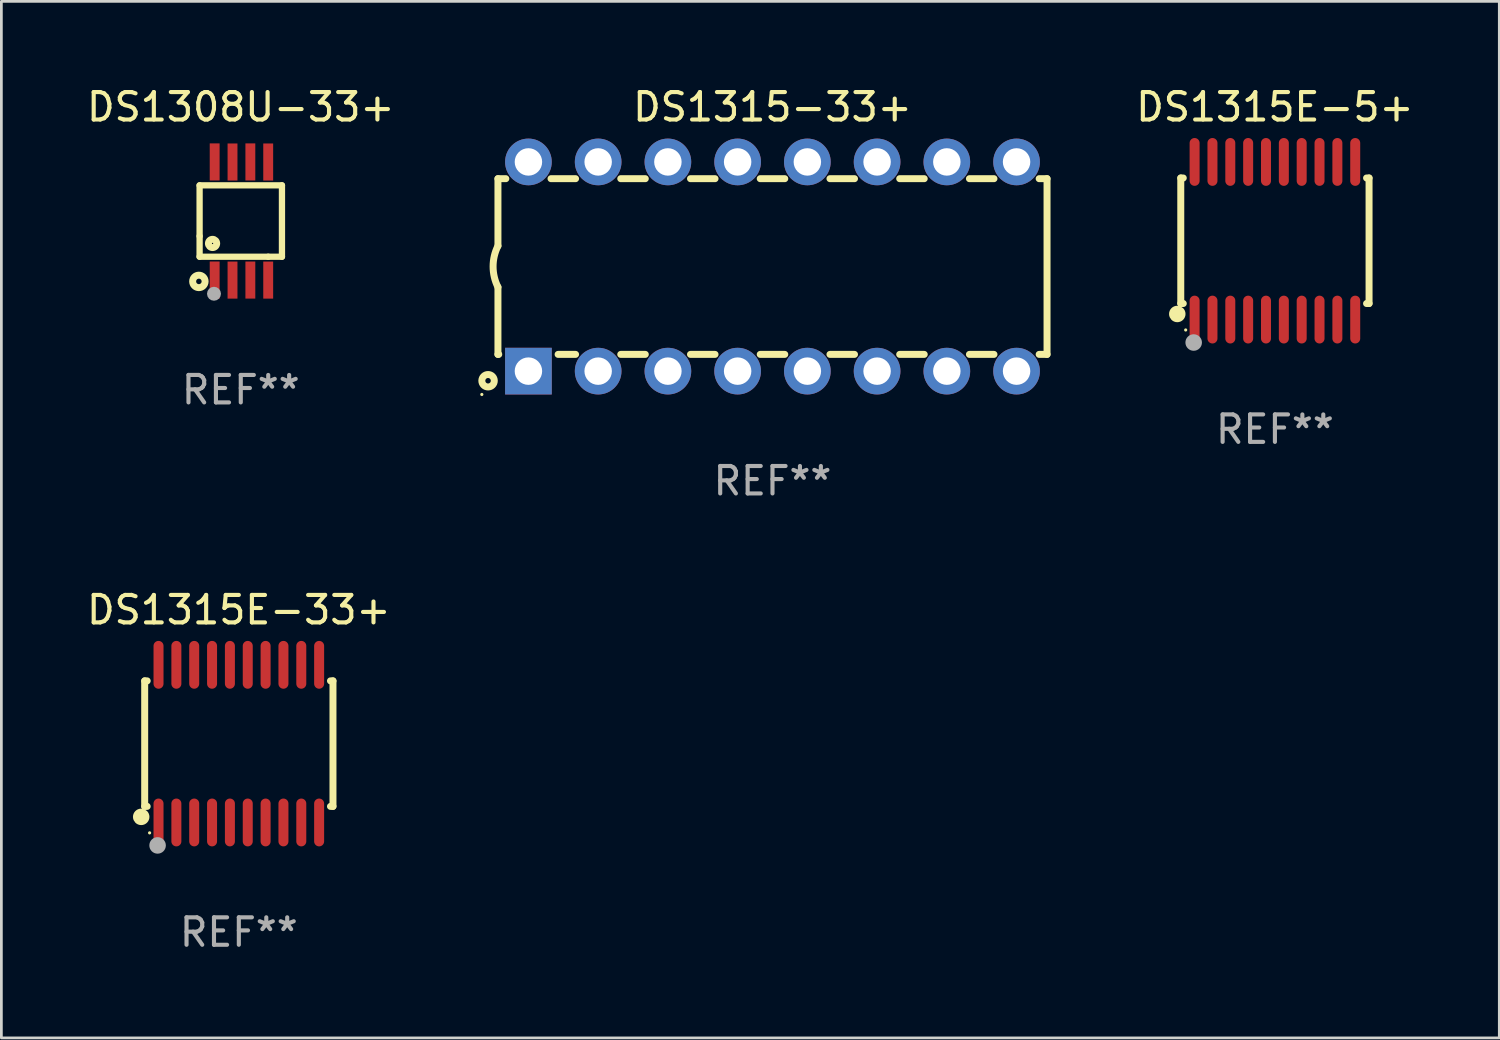
<source format=kicad_pcb>
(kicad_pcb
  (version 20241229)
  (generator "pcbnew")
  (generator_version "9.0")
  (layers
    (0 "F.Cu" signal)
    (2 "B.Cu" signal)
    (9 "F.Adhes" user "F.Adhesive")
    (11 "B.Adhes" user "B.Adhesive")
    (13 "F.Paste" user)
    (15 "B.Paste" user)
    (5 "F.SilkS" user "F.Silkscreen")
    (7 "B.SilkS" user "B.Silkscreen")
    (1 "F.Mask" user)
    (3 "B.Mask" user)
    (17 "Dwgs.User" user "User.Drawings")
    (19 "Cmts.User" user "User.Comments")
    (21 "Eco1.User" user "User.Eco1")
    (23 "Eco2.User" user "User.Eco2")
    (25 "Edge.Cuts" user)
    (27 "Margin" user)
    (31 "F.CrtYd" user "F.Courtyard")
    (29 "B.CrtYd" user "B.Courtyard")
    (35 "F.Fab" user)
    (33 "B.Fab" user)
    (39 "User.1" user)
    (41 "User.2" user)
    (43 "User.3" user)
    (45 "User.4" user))
  (footprint "DS1315-33+"
    (layer "F.Cu")
    (at 25.087 6.658)
    (property "Reference" "DS1315-33+" (at 0 -5.81 0) (layer "F.SilkS") (effects (font (size 1 1) (thickness 0.15))))
    (attr through_hole)
    (fp_line (start -10 -3.2) (end -10 -0.75) (stroke (width 0.254) (type solid)) (layer "F.SilkS"))
    (fp_line (start -10 -3.2) (end -9.713 -3.2) (stroke (width 0.254) (type solid)) (layer "F.SilkS"))
    (fp_line (start -10 3.2) (end -10 0.75) (stroke (width 0.254) (type solid)) (layer "F.SilkS"))
    (fp_line (start -10 3.2) (end -9.971 3.2) (stroke (width 0.254) (type solid)) (layer "F.SilkS"))
    (fp_line (start -8.067 -3.2) (end -7.173 -3.2) (stroke (width 0.254) (type solid)) (layer "F.SilkS"))
    (fp_line (start -7.809 3.2) (end -7.173 3.2) (stroke (width 0.254) (type solid)) (layer "F.SilkS"))
    (fp_line (start -5.527 3.2) (end -4.633 3.2) (stroke (width 0.254) (type solid)) (layer "F.SilkS"))
    (fp_line (start -5.527 -3.2) (end -4.633 -3.2) (stroke (width 0.254) (type solid)) (layer "F.SilkS"))
    (fp_line (start -2.987 3.2) (end -2.093 3.2) (stroke (width 0.254) (type solid)) (layer "F.SilkS"))
    (fp_line (start -2.987 -3.2) (end -2.093 -3.2) (stroke (width 0.254) (type solid)) (layer "F.SilkS"))
    (fp_line (start -0.447 3.2) (end 0.447 3.2) (stroke (width 0.254) (type solid)) (layer "F.SilkS"))
    (fp_line (start -0.447 -3.2) (end 0.447 -3.2) (stroke (width 0.254) (type solid)) (layer "F.SilkS"))
    (fp_line (start 2.093 3.2) (end 2.987 3.2) (stroke (width 0.254) (type solid)) (layer "F.SilkS"))
    (fp_line (start 2.093 -3.2) (end 2.987 -3.2) (stroke (width 0.254) (type solid)) (layer "F.SilkS"))
    (fp_line (start 4.633 3.2) (end 5.527 3.2) (stroke (width 0.254) (type solid)) (layer "F.SilkS"))
    (fp_line (start 4.633 -3.2) (end 5.527 -3.2) (stroke (width 0.254) (type solid)) (layer "F.SilkS"))
    (fp_line (start 7.173 3.2) (end 8.067 3.2) (stroke (width 0.254) (type solid)) (layer "F.SilkS"))
    (fp_line (start 7.173 -3.2) (end 8.067 -3.2) (stroke (width 0.254) (type solid)) (layer "F.SilkS"))
    (fp_line (start 9.713 3.2) (end 10 3.2) (stroke (width 0.254) (type solid)) (layer "F.SilkS"))
    (fp_line (start 9.713 -3.2) (end 10 -3.2) (stroke (width 0.254) (type solid)) (layer "F.SilkS"))
    (fp_line (start 10 -3.2) (end 10 3.2) (stroke (width 0.254) (type solid)) (layer "F.SilkS"))
    (fp_arc (start -10 0.748793) (mid -10.176918 -0.000607) (end -10.000025 -0.750013) (stroke (width 0.254001) (type solid)) (layer "F.SilkS"))
    (fp_circle (center -10.587 4.66) (end -10.557 4.66) (stroke (width 0.06) (type solid)) (fill no) (layer "F.SilkS"))
    (fp_circle (center -10.36 4.16) (end -10.26 4.16) (stroke (width 0.254) (type solid)) (fill no) (layer "F.SilkS"))
    (fp_text user "REF**" (at 0 7.81 0) (layer "F.Fab") (effects (font (size 1 1) (thickness 0.15))))
    (pad "1" thru_hole rect (at -8.89 3.81 90) (size 1.7 1.7) (drill 1) (layers "*.Cu" "*.Mask"))
    (pad "2" thru_hole circle (at -6.35 3.81) (size 1.7 1.7) (drill 1) (layers "*.Cu" "*.Mask"))
    (pad "3" thru_hole circle (at -3.81 3.81) (size 1.7 1.7) (drill 1) (layers "*.Cu" "*.Mask"))
    (pad "4" thru_hole circle (at -1.27 3.81) (size 1.7 1.7) (drill 1) (layers "*.Cu" "*.Mask"))
    (pad "5" thru_hole circle (at 1.27 3.81) (size 1.7 1.7) (drill 1) (layers "*.Cu" "*.Mask"))
    (pad "6" thru_hole circle (at 3.81 3.81) (size 1.7 1.7) (drill 1) (layers "*.Cu" "*.Mask"))
    (pad "7" thru_hole circle (at 6.35 3.81) (size 1.7 1.7) (drill 1) (layers "*.Cu" "*.Mask"))
    (pad "8" thru_hole circle (at 8.89 3.81) (size 1.7 1.7) (drill 1) (layers "*.Cu" "*.Mask"))
    (pad "9" thru_hole circle (at 8.89 -3.81) (size 1.7 1.7) (drill 1) (layers "*.Cu" "*.Mask"))
    (pad "10" thru_hole circle (at 6.35 -3.81) (size 1.7 1.7) (drill 1) (layers "*.Cu" "*.Mask"))
    (pad "11" thru_hole circle (at 3.81 -3.81) (size 1.7 1.7) (drill 1) (layers "*.Cu" "*.Mask"))
    (pad "12" thru_hole circle (at 1.27 -3.81) (size 1.7 1.7) (drill 1) (layers "*.Cu" "*.Mask"))
    (pad "13" thru_hole circle (at -1.27 -3.81) (size 1.7 1.7) (drill 1) (layers "*.Cu" "*.Mask"))
    (pad "14" thru_hole circle (at -3.81 -3.81) (size 1.7 1.7) (drill 1) (layers "*.Cu" "*.Mask"))
    (pad "15" thru_hole circle (at -6.35 -3.81) (size 1.7 1.7) (drill 1) (layers "*.Cu" "*.Mask"))
    (pad "16" thru_hole circle (at -8.89 -3.81) (size 1.7 1.7) (drill 1) (layers "*.Cu" "*.Mask")))
  (footprint "DS1315E-33+"
    (layer "F.Cu")
    (at 5.649 24.036)
    (property "Reference" "DS1315E-33+" (at 0 -4.871 0) (layer "F.SilkS") (effects (font (size 1 1) (thickness 0.15))))
    (attr through_hole)
    (fp_line (start -3.429 -2.286) (end -3.429 2.286) (stroke (width 0.254) (type solid)) (layer "F.SilkS"))
    (fp_line (start -3.429 2.286) (end -3.338 2.286) (stroke (width 0.254) (type solid)) (layer "F.SilkS"))
    (fp_line (start -3.338 -2.286) (end -3.429 -2.286) (stroke (width 0.254) (type solid)) (layer "F.SilkS"))
    (fp_line (start 3.338 -2.286) (end 3.429 -2.286) (stroke (width 0.254) (type solid)) (layer "F.SilkS"))
    (fp_line (start 3.429 -2.286) (end 3.429 2.286) (stroke (width 0.254) (type solid)) (layer "F.SilkS"))
    (fp_line (start 3.429 2.286) (end 3.338 2.286) (stroke (width 0.254) (type solid)) (layer "F.SilkS"))
    (fp_circle (center -3.556 2.667) (end -3.406 2.667) (stroke (width 0.3) (type solid)) (fill no) (layer "F.SilkS"))
    (fp_circle (center -3.25 3.25) (end -3.22 3.25) (stroke (width 0.06) (type solid)) (fill no) (layer "F.SilkS"))
    (fp_circle (center -2.959 3.707) (end -2.808 3.707) (stroke (width 0.3) (type solid)) (fill no) (layer "F.Fab"))
    (fp_text user "REF**" (at 0 6.871 0) (layer "F.Fab") (effects (font (size 1 1) (thickness 0.15))))
    (pad "1" smd oval (at -2.925 2.871) (size 0.364 1.742) (layers "F.Cu" "F.Mask" "F.Paste"))
    (pad "2" smd oval (at -2.275 2.871) (size 0.364 1.742) (layers "F.Cu" "F.Mask" "F.Paste"))
    (pad "3" smd oval (at -1.625 2.871) (size 0.364 1.742) (layers "F.Cu" "F.Mask" "F.Paste"))
    (pad "4" smd oval (at -0.975 2.871) (size 0.364 1.742) (layers "F.Cu" "F.Mask" "F.Paste"))
    (pad "5" smd oval (at -0.325 2.871) (size 0.364 1.742) (layers "F.Cu" "F.Mask" "F.Paste"))
    (pad "6" smd oval (at 0.325 2.871) (size 0.364 1.742) (layers "F.Cu" "F.Mask" "F.Paste"))
    (pad "7" smd oval (at 0.975 2.871) (size 0.364 1.742) (layers "F.Cu" "F.Mask" "F.Paste"))
    (pad "8" smd oval (at 1.625 2.871) (size 0.364 1.742) (layers "F.Cu" "F.Mask" "F.Paste"))
    (pad "9" smd oval (at 2.275 2.871) (size 0.364 1.742) (layers "F.Cu" "F.Mask" "F.Paste"))
    (pad "10" smd oval (at 2.925 2.871) (size 0.364 1.742) (layers "F.Cu" "F.Mask" "F.Paste"))
    (pad "11" smd oval (at 2.925 -2.871) (size 0.364 1.742) (layers "F.Cu" "F.Mask" "F.Paste"))
    (pad "12" smd oval (at 2.275 -2.871) (size 0.364 1.742) (layers "F.Cu" "F.Mask" "F.Paste"))
    (pad "13" smd oval (at 1.625 -2.871) (size 0.364 1.742) (layers "F.Cu" "F.Mask" "F.Paste"))
    (pad "14" smd oval (at 0.975 -2.871) (size 0.364 1.742) (layers "F.Cu" "F.Mask" "F.Paste"))
    (pad "15" smd oval (at 0.325 -2.871) (size 0.364 1.742) (layers "F.Cu" "F.Mask" "F.Paste"))
    (pad "16" smd oval (at -0.325 -2.871) (size 0.364 1.742) (layers "F.Cu" "F.Mask" "F.Paste"))
    (pad "17" smd oval (at -0.975 -2.871) (size 0.364 1.742) (layers "F.Cu" "F.Mask" "F.Paste"))
    (pad "18" smd oval (at -1.625 -2.871) (size 0.364 1.742) (layers "F.Cu" "F.Mask" "F.Paste"))
    (pad "19" smd oval (at -2.275 -2.871) (size 0.364 1.742) (layers "F.Cu" "F.Mask" "F.Paste"))
    (pad "20" smd oval (at -2.925 -2.871) (size 0.364 1.742) (layers "F.Cu" "F.Mask" "F.Paste")))
  (footprint "DS1315E-5+"
    (layer "F.Cu")
    (at 43.387 5.719)
    (property "Reference" "DS1315E-5+" (at 0 -4.871 0) (layer "F.SilkS") (effects (font (size 1 1) (thickness 0.15))))
    (attr through_hole)
    (fp_line (start -3.429 -2.286) (end -3.429 2.286) (stroke (width 0.254) (type solid)) (layer "F.SilkS"))
    (fp_line (start -3.429 2.286) (end -3.338 2.286) (stroke (width 0.254) (type solid)) (layer "F.SilkS"))
    (fp_line (start -3.338 -2.286) (end -3.429 -2.286) (stroke (width 0.254) (type solid)) (layer "F.SilkS"))
    (fp_line (start 3.338 -2.286) (end 3.429 -2.286) (stroke (width 0.254) (type solid)) (layer "F.SilkS"))
    (fp_line (start 3.429 -2.286) (end 3.429 2.286) (stroke (width 0.254) (type solid)) (layer "F.SilkS"))
    (fp_line (start 3.429 2.286) (end 3.338 2.286) (stroke (width 0.254) (type solid)) (layer "F.SilkS"))
    (fp_circle (center -3.556 2.667) (end -3.406 2.667) (stroke (width 0.3) (type solid)) (fill no) (layer "F.SilkS"))
    (fp_circle (center -3.25 3.25) (end -3.22 3.25) (stroke (width 0.06) (type solid)) (fill no) (layer "F.SilkS"))
    (fp_circle (center -2.959 3.707) (end -2.808 3.707) (stroke (width 0.3) (type solid)) (fill no) (layer "F.Fab"))
    (fp_text user "REF**" (at 0 6.871 0) (layer "F.Fab") (effects (font (size 1 1) (thickness 0.15))))
    (pad "1" smd oval (at -2.925 2.871) (size 0.364 1.742) (layers "F.Cu" "F.Mask" "F.Paste"))
    (pad "2" smd oval (at -2.275 2.871) (size 0.364 1.742) (layers "F.Cu" "F.Mask" "F.Paste"))
    (pad "3" smd oval (at -1.625 2.871) (size 0.364 1.742) (layers "F.Cu" "F.Mask" "F.Paste"))
    (pad "4" smd oval (at -0.975 2.871) (size 0.364 1.742) (layers "F.Cu" "F.Mask" "F.Paste"))
    (pad "5" smd oval (at -0.325 2.871) (size 0.364 1.742) (layers "F.Cu" "F.Mask" "F.Paste"))
    (pad "6" smd oval (at 0.325 2.871) (size 0.364 1.742) (layers "F.Cu" "F.Mask" "F.Paste"))
    (pad "7" smd oval (at 0.975 2.871) (size 0.364 1.742) (layers "F.Cu" "F.Mask" "F.Paste"))
    (pad "8" smd oval (at 1.625 2.871) (size 0.364 1.742) (layers "F.Cu" "F.Mask" "F.Paste"))
    (pad "9" smd oval (at 2.275 2.871) (size 0.364 1.742) (layers "F.Cu" "F.Mask" "F.Paste"))
    (pad "10" smd oval (at 2.925 2.871) (size 0.364 1.742) (layers "F.Cu" "F.Mask" "F.Paste"))
    (pad "11" smd oval (at 2.925 -2.871) (size 0.364 1.742) (layers "F.Cu" "F.Mask" "F.Paste"))
    (pad "12" smd oval (at 2.275 -2.871) (size 0.364 1.742) (layers "F.Cu" "F.Mask" "F.Paste"))
    (pad "13" smd oval (at 1.625 -2.871) (size 0.364 1.742) (layers "F.Cu" "F.Mask" "F.Paste"))
    (pad "14" smd oval (at 0.975 -2.871) (size 0.364 1.742) (layers "F.Cu" "F.Mask" "F.Paste"))
    (pad "15" smd oval (at 0.325 -2.871) (size 0.364 1.742) (layers "F.Cu" "F.Mask" "F.Paste"))
    (pad "16" smd oval (at -0.325 -2.871) (size 0.364 1.742) (layers "F.Cu" "F.Mask" "F.Paste"))
    (pad "17" smd oval (at -0.975 -2.871) (size 0.364 1.742) (layers "F.Cu" "F.Mask" "F.Paste"))
    (pad "18" smd oval (at -1.625 -2.871) (size 0.364 1.742) (layers "F.Cu" "F.Mask" "F.Paste"))
    (pad "19" smd oval (at -2.275 -2.871) (size 0.364 1.742) (layers "F.Cu" "F.Mask" "F.Paste"))
    (pad "20" smd oval (at -2.925 -2.871) (size 0.364 1.742) (layers "F.Cu" "F.Mask" "F.Paste")))
  (footprint "DS1308U-33+"
    (layer "F.Cu")
    (at 5.72 5)
    (property "Reference" "DS1308U-33+" (at 0 -4.152 0) (layer "F.SilkS") (effects (font (size 1 1) (thickness 0.15))))
    (attr through_hole)
    (fp_line (start -1.5 1.301) (end 1 1.301) (stroke (width 0.229) (type solid)) (layer "F.SilkS"))
    (fp_line (start -1.5 -1.299) (end -1.5 0.551) (stroke (width 0.229) (type solid)) (layer "F.SilkS"))
    (fp_line (start -1.5 0.551) (end -1.5 1.301) (stroke (width 0.229) (type solid)) (layer "F.SilkS"))
    (fp_line (start 1 1.301) (end 1.5 1.301) (stroke (width 0.229) (type solid)) (layer "F.SilkS"))
    (fp_line (start 1.5 1.301) (end 1.5 -1.299) (stroke (width 0.229) (type solid)) (layer "F.SilkS"))
    (fp_line (start 1.5 -1.299) (end -1.5 -1.299) (stroke (width 0.229) (type solid)) (layer "F.SilkS"))
    (fp_circle (center -1.526 2.2) (end -1.426 2.2) (stroke (width 0.254) (type solid)) (fill no) (layer "F.SilkS"))
    (fp_circle (center -1.476 2.45) (end -1.446 2.45) (stroke (width 0.06) (type solid)) (fill no) (layer "F.SilkS"))
    (fp_circle (center -1.028 0.817) (end -0.878 0.817) (stroke (width 0.254) (type solid)) (fill no) (layer "F.SilkS"))
    (fp_circle (center -0.976 2.65) (end -0.849 2.65) (stroke (width 0.254) (type solid)) (fill no) (layer "F.Fab"))
    (fp_text user "REF**" (at 0 6.152 0) (layer "F.Fab") (effects (font (size 1 1) (thickness 0.15))))
    (pad "1" smd rect (at -0.951 2.15) (size 0.36 1.35) (layers "F.Cu" "F.Mask" "F.Paste"))
    (pad "2" smd rect (at -0.301 2.152) (size 0.36 1.35) (layers "F.Cu" "F.Mask" "F.Paste"))
    (pad "3" smd rect (at 0.349 2.151) (size 0.36 1.35) (layers "F.Cu" "F.Mask" "F.Paste"))
    (pad "4" smd rect (at 0.999 2.152) (size 0.36 1.35) (layers "F.Cu" "F.Mask" "F.Paste"))
    (pad "5" smd rect (at 0.999 -2.149) (size 0.36 1.35) (layers "F.Cu" "F.Mask" "F.Paste"))
    (pad "6" smd rect (at 0.349 -2.152) (size 0.36 1.35) (layers "F.Cu" "F.Mask" "F.Paste"))
    (pad "7" smd rect (at -0.301 -2.149) (size 0.36 1.35) (layers "F.Cu" "F.Mask" "F.Paste"))
    (pad "8" smd rect (at -0.951 -2.152) (size 0.36 1.35) (layers "F.Cu" "F.Mask" "F.Paste")))
  (gr_rect
    (start -3 -3)
    (end 51.56 34.755)
    (stroke (width 0.1) (type default))
    (fill no)
    (layer "Edge.Cuts")))
</source>
